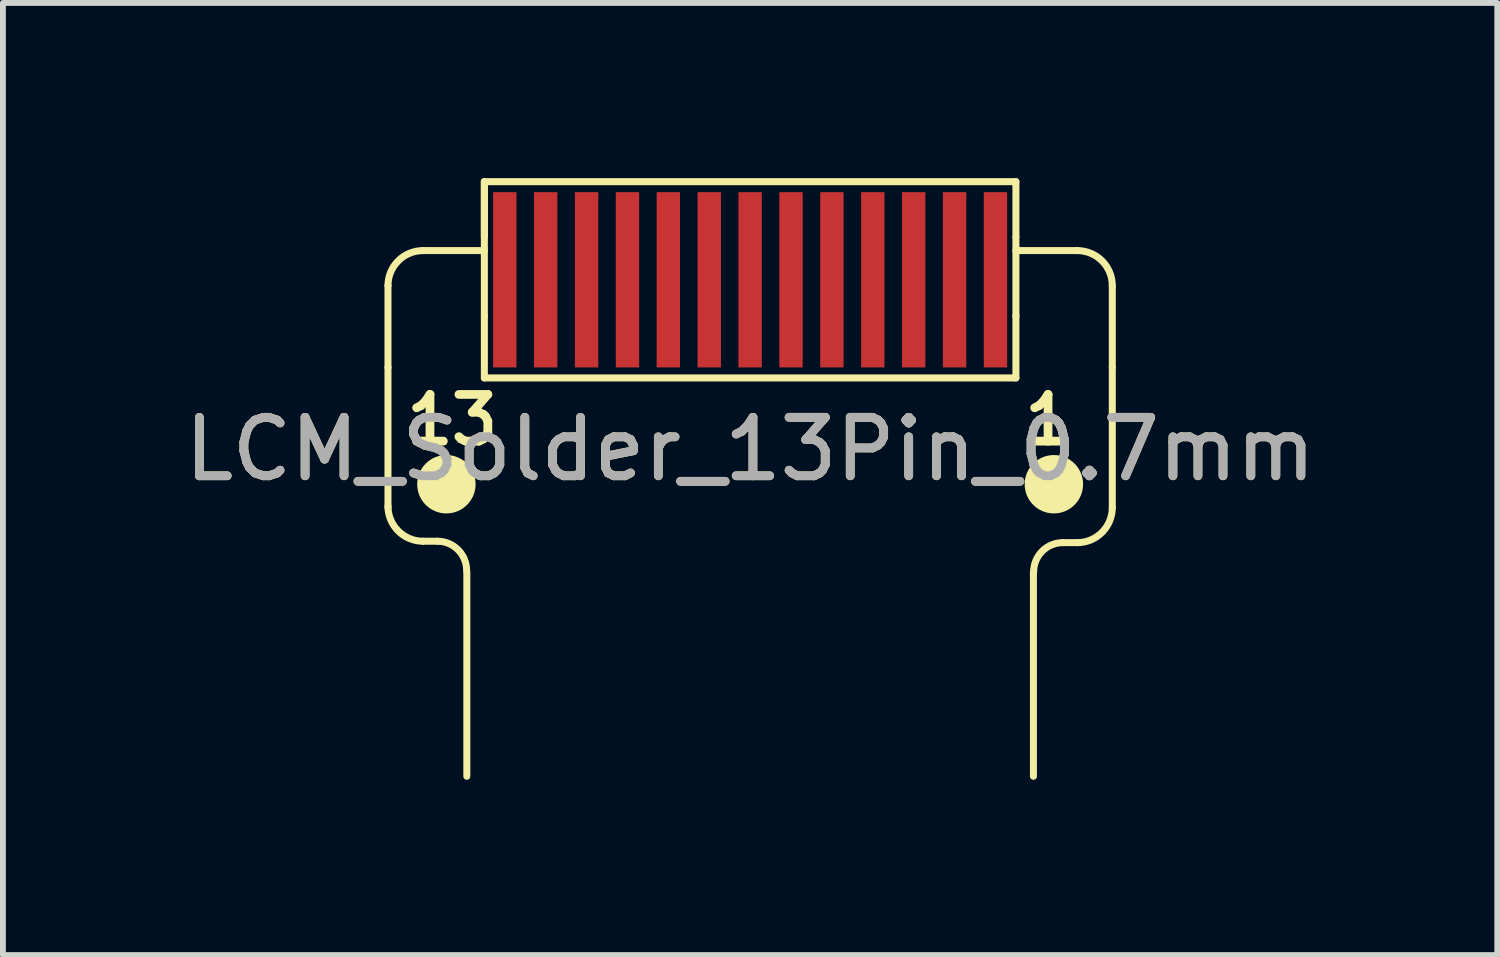
<source format=kicad_pcb>
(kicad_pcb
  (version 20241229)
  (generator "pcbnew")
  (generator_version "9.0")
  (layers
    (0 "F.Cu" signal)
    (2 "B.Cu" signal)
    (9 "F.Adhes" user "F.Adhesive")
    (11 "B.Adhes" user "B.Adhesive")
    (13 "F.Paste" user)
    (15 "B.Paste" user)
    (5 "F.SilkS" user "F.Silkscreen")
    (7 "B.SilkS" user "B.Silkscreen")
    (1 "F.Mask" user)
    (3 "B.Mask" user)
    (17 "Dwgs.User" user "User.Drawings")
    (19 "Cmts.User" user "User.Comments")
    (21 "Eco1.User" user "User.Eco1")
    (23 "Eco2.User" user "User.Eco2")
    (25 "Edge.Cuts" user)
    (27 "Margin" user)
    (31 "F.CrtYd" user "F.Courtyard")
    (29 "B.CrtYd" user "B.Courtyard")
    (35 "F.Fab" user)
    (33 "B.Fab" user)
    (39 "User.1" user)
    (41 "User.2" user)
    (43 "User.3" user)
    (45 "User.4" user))
  (footprint "LCM_Solder_13Pin_0.7mm"
    (layer "F.Cu")
    (at 9.792 1.74)
    (property "Reference" "LCM_Solder_13Pin_0.7mm" (at 0 2.9 0) (unlocked yes) (layer "F.SilkS") (effects (font (size 1 1) (thickness 0.15))))
    (attr smd)
    (fp_line (start -6.2 0.1) (end -6.2 1.5) (stroke (width 0.12) (type solid)) (layer "F.SilkS"))
    (fp_line (start -6.2 3.9) (end -6.2 1.5) (stroke (width 0.12) (type solid)) (layer "F.SilkS"))
    (fp_line (start -5.6 -0.5) (end -4.55 -0.5) (stroke (width 0.12) (type solid)) (layer "F.SilkS"))
    (fp_line (start -5.354 4.476) (end -5.6 4.476) (stroke (width 0.12) (type solid)) (layer "F.SilkS"))
    (fp_line (start -4.85 5) (end -4.85 8.5) (stroke (width 0.12) (type solid)) (layer "F.SilkS"))
    (fp_line (start -4.55 -1.68) (end 4.55 -1.68) (stroke (width 0.12) (type solid)) (layer "F.SilkS"))
    (fp_line (start -4.55 -0.74) (end -4.55 -1.68) (stroke (width 0.12) (type solid)) (layer "F.SilkS"))
    (fp_line (start -4.55 -0.74) (end -4.55 -1.68) (stroke (width 0.12) (type solid)) (layer "F.SilkS"))
    (fp_line (start -4.55 0.62) (end -4.55 -0.74) (stroke (width 0.12) (type solid)) (layer "F.SilkS"))
    (fp_line (start -4.55 1.68) (end -4.55 0.62) (stroke (width 0.12) (type solid)) (layer "F.SilkS"))
    (fp_line (start -4.55 1.68) (end 4.55 1.68) (stroke (width 0.12) (type solid)) (layer "F.SilkS"))
    (fp_line (start 4.55 -0.74) (end 4.55 -1.68) (stroke (width 0.12) (type solid)) (layer "F.SilkS"))
    (fp_line (start 4.55 0.63) (end 4.55 -0.73) (stroke (width 0.12) (type solid)) (layer "F.SilkS"))
    (fp_line (start 4.55 1.68) (end 4.55 0.62) (stroke (width 0.12) (type solid)) (layer "F.SilkS"))
    (fp_line (start 4.85 5) (end 4.85 8.5) (stroke (width 0.12) (type solid)) (layer "F.SilkS"))
    (fp_line (start 5.6 -0.5) (end 4.55 -0.5) (stroke (width 0.12) (type solid)) (layer "F.SilkS"))
    (fp_line (start 5.6 4.5) (end 5.354 4.5) (stroke (width 0.12) (type solid)) (layer "F.SilkS"))
    (fp_line (start 6.2 0.1) (end 6.2 1.5) (stroke (width 0.12) (type solid)) (layer "F.SilkS"))
    (fp_line (start 6.2 3.9) (end 6.2 1.5) (stroke (width 0.12) (type solid)) (layer "F.SilkS"))
    (fp_arc (start -6.2 0.1) (mid -6.024264 -0.324264) (end -5.6 -0.5) (stroke (width 0.12) (type solid)) (layer "F.SilkS"))
    (fp_arc (start -5.6 4.475736) (mid -6.024264 4.3) (end -6.2 3.875736) (stroke (width 0.12) (type solid)) (layer "F.SilkS"))
    (fp_arc (start -5.353553 4.475736) (mid -5 4.622183) (end -4.853553 4.975736) (stroke (width 0.12) (type solid)) (layer "F.SilkS"))
    (fp_arc (start 4.853553 5) (mid 5 4.646447) (end 5.353553 4.5) (stroke (width 0.12) (type solid)) (layer "F.SilkS"))
    (fp_arc (start 5.6 -0.5) (mid 6.024264 -0.324264) (end 6.2 0.1) (stroke (width 0.12) (type solid)) (layer "F.SilkS"))
    (fp_arc (start 6.2 3.9) (mid 6.024264 4.324264) (end 5.6 4.5) (stroke (width 0.12) (type solid)) (layer "F.SilkS"))
    (fp_circle (center -5.2 3.5) (end -5.7 3.5) (stroke (width 0) (type solid)) (fill yes) (layer "F.SilkS"))
    (fp_circle (center 5.2 3.5) (end 4.7 3.5) (stroke (width 0) (type solid)) (fill yes) (layer "F.SilkS"))
    (fp_text user "1" (at 5.1 2.4 0) (unlocked yes) (layer "F.SilkS") (effects (font (size 0.8 0.8) (thickness 0.15))))
    (fp_text user "13" (at -5.1 2.4 0) (unlocked yes) (layer "F.SilkS") (effects (font (size 0.8 0.8) (thickness 0.15))))
    (fp_text user "${REFERENCE}" (at 0 2.9 0) (unlocked yes) (layer "F.Fab") (effects (font (size 1 1) (thickness 0.15))))
    (pad "1" smd rect (at 4.2 0 180) (size 0.4 3) (layers "F.Cu" "F.Mask" "F.Paste"))
    (pad "2" smd rect (at 3.5 0 180) (size 0.4 3) (layers "F.Cu" "F.Mask" "F.Paste"))
    (pad "3" smd rect (at 2.8 0 180) (size 0.4 3) (layers "F.Cu" "F.Mask" "F.Paste"))
    (pad "4" smd rect (at 2.1 0 180) (size 0.4 3) (layers "F.Cu" "F.Mask" "F.Paste"))
    (pad "5" smd rect (at 1.4 0 180) (size 0.4 3) (layers "F.Cu" "F.Mask" "F.Paste"))
    (pad "6" smd rect (at 0.7 0 180) (size 0.4 3) (layers "F.Cu" "F.Mask" "F.Paste"))
    (pad "7" smd rect (at 0 0 180) (size 0.4 3) (layers "F.Cu" "F.Mask" "F.Paste"))
    (pad "8" smd rect (at -0.7 0 180) (size 0.4 3) (layers "F.Cu" "F.Mask" "F.Paste"))
    (pad "9" smd rect (at -1.4 0 180) (size 0.4 3) (layers "F.Cu" "F.Mask" "F.Paste"))
    (pad "10" smd rect (at -2.1 0 180) (size 0.4 3) (layers "F.Cu" "F.Mask" "F.Paste"))
    (pad "11" smd rect (at -2.8 0 180) (size 0.4 3) (layers "F.Cu" "F.Mask" "F.Paste"))
    (pad "12" smd rect (at -3.5 0 180) (size 0.4 3) (layers "F.Cu" "F.Mask" "F.Paste"))
    (pad "13" smd rect (at -4.2 0 180) (size 0.4 3) (layers "F.Cu" "F.Mask" "F.Paste")))
  (gr_rect
    (start -3 -3)
    (end 22.583 13.3)
    (stroke (width 0.1) (type default))
    (fill no)
    (layer "Edge.Cuts")))
</source>
